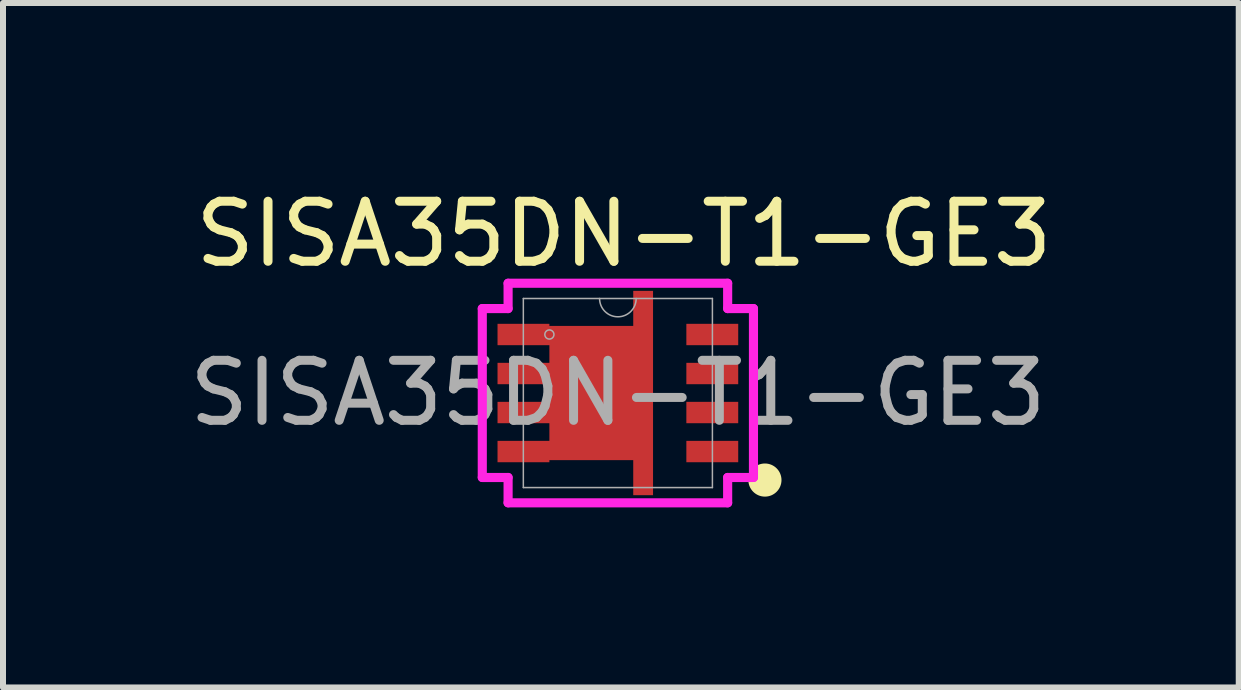
<source format=kicad_pcb>
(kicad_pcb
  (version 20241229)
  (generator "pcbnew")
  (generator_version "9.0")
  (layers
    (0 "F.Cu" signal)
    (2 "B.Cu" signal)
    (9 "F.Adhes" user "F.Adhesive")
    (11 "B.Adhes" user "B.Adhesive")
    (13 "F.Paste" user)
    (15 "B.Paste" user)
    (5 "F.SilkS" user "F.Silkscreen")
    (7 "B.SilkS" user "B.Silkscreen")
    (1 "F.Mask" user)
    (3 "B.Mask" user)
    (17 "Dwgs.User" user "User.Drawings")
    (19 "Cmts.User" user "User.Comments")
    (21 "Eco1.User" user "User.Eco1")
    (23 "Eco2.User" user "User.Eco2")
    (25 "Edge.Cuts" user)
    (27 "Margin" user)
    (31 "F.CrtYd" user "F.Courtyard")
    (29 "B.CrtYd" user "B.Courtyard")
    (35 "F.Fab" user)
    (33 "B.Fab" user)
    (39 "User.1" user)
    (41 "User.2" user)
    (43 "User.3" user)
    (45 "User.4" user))
  (footprint "SISA35DN-T1-GE3"
    (layer "F.Cu")
    (at 7.244 3.498)
    (property "Reference" "SISA35DN-T1-GE3" (at 0.1 -2.65 0) (unlocked yes) (layer "F.SilkS") (effects (font (size 1 1) (thickness 0.15))))
    (attr smd)
    (fp_circle (center 2.45 1.45) (end 2.65 1.45) (stroke (width 0.152) (type solid)) (fill yes) (layer "F.SilkS"))
    (fp_line (start -2.259 -1.407) (end -1.829 -1.407) (stroke (width 0.152) (type solid)) (layer "F.CrtYd"))
    (fp_line (start -2.259 1.407) (end -2.259 -1.407) (stroke (width 0.152) (type solid)) (layer "F.CrtYd"))
    (fp_line (start -2.259 1.407) (end -1.829 1.407) (stroke (width 0.152) (type solid)) (layer "F.CrtYd"))
    (fp_line (start -1.829 -1.829) (end 1.829 -1.829) (stroke (width 0.152) (type solid)) (layer "F.CrtYd"))
    (fp_line (start -1.829 -1.407) (end -1.829 -1.829) (stroke (width 0.152) (type solid)) (layer "F.CrtYd"))
    (fp_line (start -1.829 1.829) (end -1.829 1.407) (stroke (width 0.152) (type solid)) (layer "F.CrtYd"))
    (fp_line (start 1.829 -1.829) (end 1.829 -1.407) (stroke (width 0.152) (type solid)) (layer "F.CrtYd"))
    (fp_line (start 1.829 1.407) (end 1.829 1.829) (stroke (width 0.152) (type solid)) (layer "F.CrtYd"))
    (fp_line (start 1.829 1.829) (end -1.829 1.829) (stroke (width 0.152) (type solid)) (layer "F.CrtYd"))
    (fp_line (start 2.259 -1.407) (end 1.829 -1.407) (stroke (width 0.152) (type solid)) (layer "F.CrtYd"))
    (fp_line (start 2.259 -1.407) (end 2.259 1.407) (stroke (width 0.152) (type solid)) (layer "F.CrtYd"))
    (fp_line (start 2.259 1.407) (end 1.829 1.407) (stroke (width 0.152) (type solid)) (layer "F.CrtYd"))
    (fp_line (start -1.575 -1.575) (end -1.575 1.575) (stroke (width 0.025) (type solid)) (layer "F.Fab"))
    (fp_line (start -1.575 1.575) (end 1.575 1.575) (stroke (width 0.025) (type solid)) (layer "F.Fab"))
    (fp_line (start 1.575 -1.575) (end -1.575 -1.575) (stroke (width 0.025) (type solid)) (layer "F.Fab"))
    (fp_line (start 1.575 1.575) (end 1.575 -1.575) (stroke (width 0.025) (type solid)) (layer "F.Fab"))
    (fp_arc (start 0.3048 -1.5748) (mid 0 -1.27) (end -0.3048 -1.5748) (stroke (width 0.0254) (type solid)) (layer "F.Fab"))
    (fp_circle (center -1.141 -0.975) (end -1.065 -0.975) (stroke (width 0.025) (type solid)) (fill no) (layer "F.Fab"))
    (fp_text user "${REFERENCE}" (at 0 0 0) (unlocked yes) (layer "F.Fab") (effects (font (size 1 1) (thickness 0.15))))
    (pad "1" smd rect (at 1.573 -0.325) (size 0.864 0.356) (layers "F.Cu" "F.Mask" "F.Paste"))
    (pad "1" smd rect (at 1.573 0.325) (size 0.864 0.356) (layers "F.Cu" "F.Mask" "F.Paste"))
    (pad "1" smd rect (at 1.573 0.975) (size 0.864 0.356) (layers "F.Cu" "F.Mask" "F.Paste"))
    (pad "4" smd rect (at 1.573 -0.975) (size 0.864 0.356) (layers "F.Cu" "F.Mask" "F.Paste"))
    (pad "5" smd custom (at -1.573 -0.975) (size 0.864 0.356) (layers "F.Cu" "F.Mask" "F.Paste") (options (anchor rect)) (primitives (gr_poly (pts (xy -0.432 -0.178) (xy -0.432 0.178) (xy 0.432 0.178) (xy 0.432 0.472) (xy -0.432 0.472) (xy -0.432 0.828) (xy 0.432 0.828) (xy 0.432 1.122) (xy -0.432 1.122) (xy -0.432 1.478) (xy 0.432 1.478) (xy 0.432 1.772) (xy -0.432 1.772) (xy -0.432 2.128) (xy 0.432 2.128) (xy 0.432 2.093) (xy 1.829 2.093) (xy 1.829 2.677) (xy 2.159 2.677) (xy 2.159 -0.727) (xy 1.829 -0.727) (xy 1.829 -0.143) (xy 0.432 -0.143) (xy 0.432 -0.178)) (width 0) (fill yes)) (gr_poly (pts (xy 0.432 -0.143) (xy 1.829 -0.143) (xy 1.829 -0.727) (xy 2.159 -0.727) (xy 2.159 2.677) (xy 1.829 2.677) (xy 1.829 2.093) (xy 0.432 2.093)) (width 0) (fill yes)))))
  (gr_rect
    (start -3 -3)
    (end 17.588 8.403)
    (stroke (width 0.1) (type default))
    (fill no)
    (layer "Edge.Cuts")))
</source>
